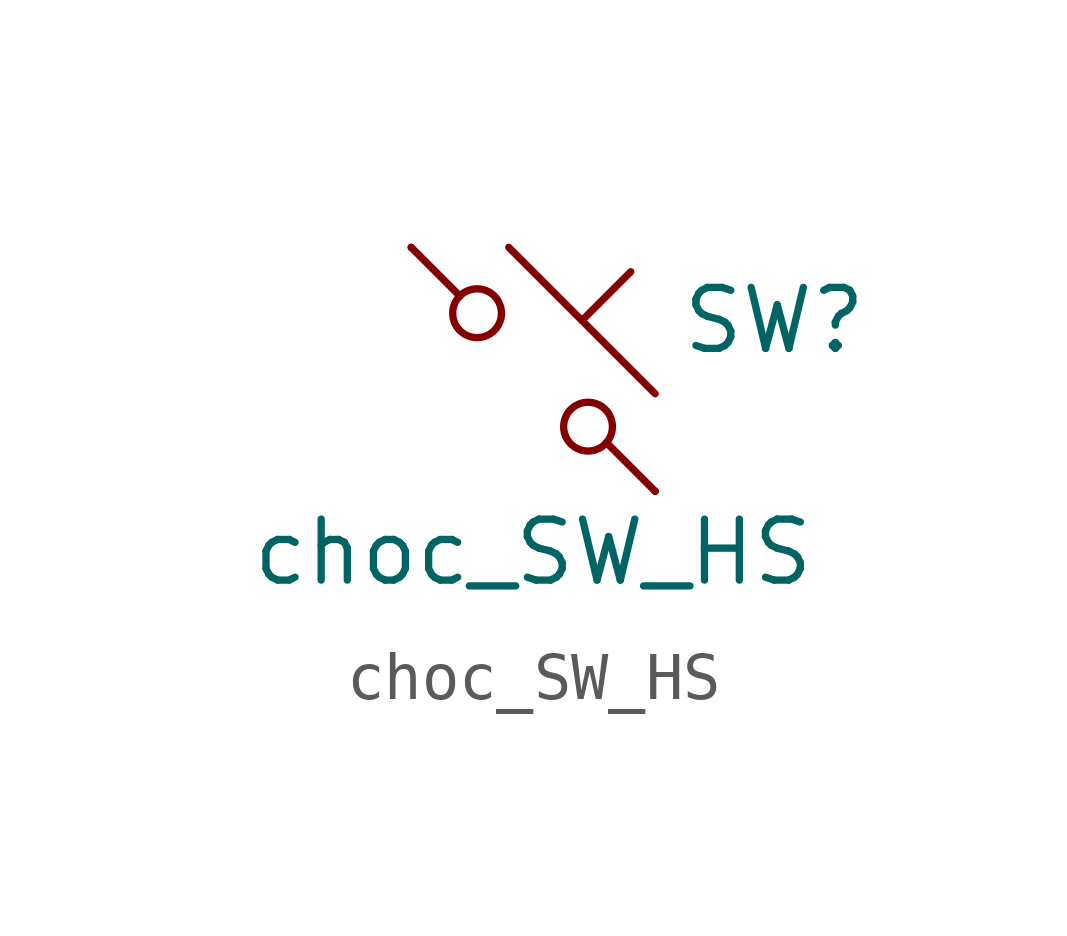
<source format=kicad_sym>
(kicad_symbol_lib
  (version 20211014)
  (generator kicad_symbol_editor)
  (symbol "choc_SW_HS"
    (pin_numbers hide)
    (pin_names
      (offset 1.016) hide)
    (property "Reference" "SW"
      (at 3.048 1.016 0)
      (effects (font (size 1.27 1.27)) (justify left)))
    (property "Value" "choc_SW_HS"
      (at 0 -3.81 0)
      (effects (font (size 1.27 1.27))))
    (symbol "choc_SW_HS_0_1"
      (circle (center -1.168 1.168) (radius 0.508) (stroke (width 0) (type default) (color 0 0 0 0)) (fill (type none)))
      (polyline (pts (xy -0.508 2.54) (xy 2.54 -0.508)) (stroke (width 0) (type default) (color 0 0 0 0)) (fill (type none)))
      (polyline (pts (xy 1.016 1.016) (xy 2.032 2.032)) (stroke (width 0) (type default) (color 0 0 0 0)) (fill (type none)))
      (polyline (pts (xy -2.54 2.54) (xy -1.524 1.524) (xy -1.524 1.524)) (stroke (width 0) (type default) (color 0 0 0 0)) (fill (type none)))
      (polyline (pts (xy 1.524 -1.524) (xy 2.54 -2.54) (xy 2.54 -2.54) (xy 2.54 -2.54)) (stroke (width 0) (type default) (color 0 0 0 0)) (fill (type none)))
      (circle (center 1.143 -1.194) (radius 0.508) (stroke (width 0) (type default) (color 0 0 0 0)) (fill (type none)))
      (pin passive line (at -2.54 2.54 0) (length 0) (name "1" (effects (font (size 1.27 1.27)))) (number "1" (effects (font (size 1.27 1.27)))))
      (pin passive line (at 2.54 -2.54 180) (length 0) (name "2" (effects (font (size 1.27 1.27)))) (number "2" (effects (font (size 1.27 1.27))))))))
</source>
